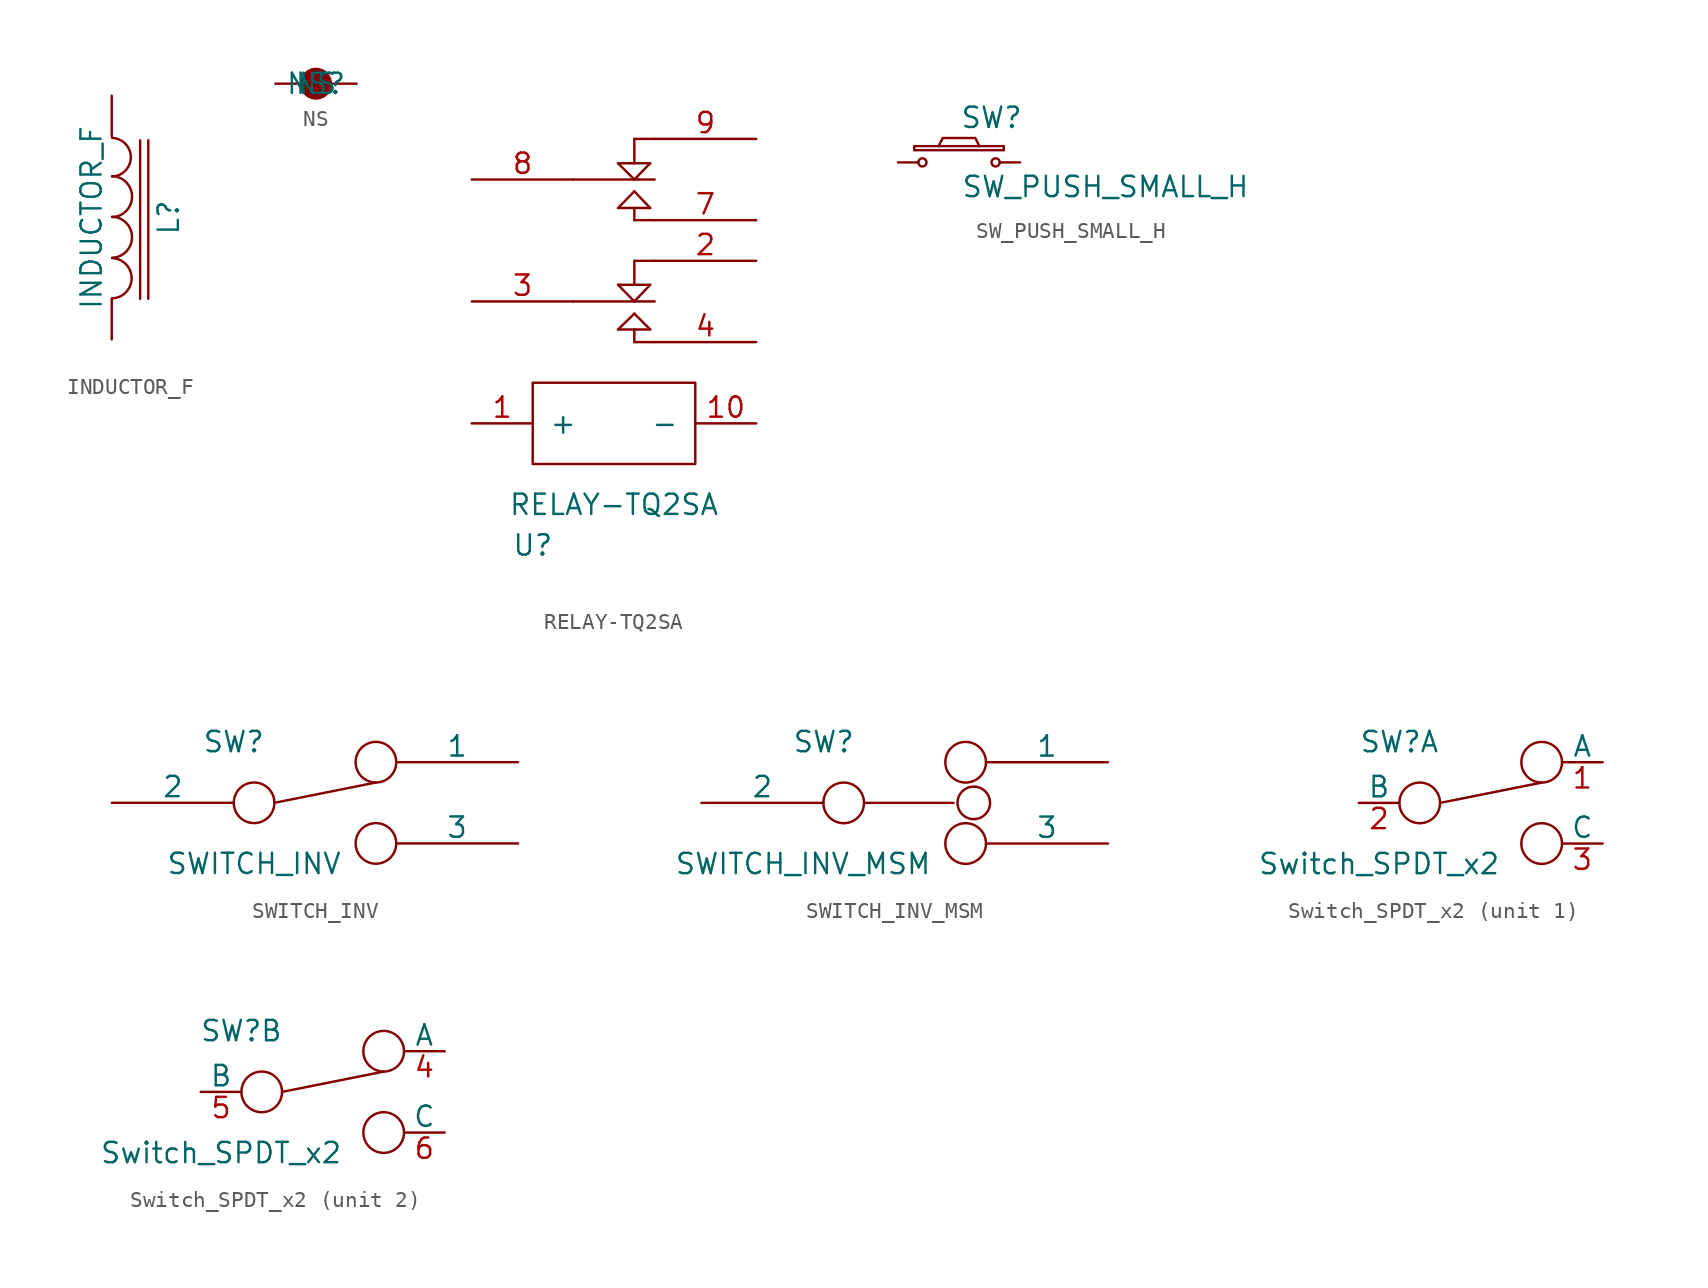
<source format=kicad_sym>
(kicad_symbol_lib
  (version 20211014)
  (generator kicad_symbol_editor)
  (symbol "INDUCTOR_F"
    (pin_numbers hide)
    (pin_names
      (offset 1.016) hide)
    (property "Reference" "L"
      (at 3.556 0 90)
      (effects (font (size 1.27 1.27))))
    (property "Value" "INDUCTOR_F"
      (at -1.27 0 90)
      (effects (font (size 1.27 1.27))))
    (property "Footprint" ""
      (at 0 0 0)
      (effects (font (size 1.27 1.27))))
    (property "Datasheet" ""
      (at 0 0 0)
      (effects (font (size 1.27 1.27))))
    (symbol "INDUCTOR_F_0_1"
      (polyline (pts (xy 1.778 4.826) (xy 1.778 -5.08)) (stroke (width 0) (type default) (color 0 0 0 0)) (fill (type none)))
      (polyline (pts (xy 2.286 -5.08) (xy 2.286 4.826)) (stroke (width 0) (type default) (color 0 0 0 0)) (fill (type none)))
      (arc (start 0.0254 -5.0546) (mid 1.2449 -3.8097) (end 0.0254 -2.54) (stroke (width 0) (type default) (color 0 0 0 0)) (fill (type none)))
      (arc (start 0.0254 -2.5146) (mid 1.2703 -1.2444) (end 0.0254 0.0508) (stroke (width 0) (type default) (color 0 0 0 0)) (fill (type none)))
      (arc (start 0.0254 0.0254) (mid 1.2703 1.2956) (end 0.0254 2.5908) (stroke (width 0) (type default) (color 0 0 0 0)) (fill (type none)))
      (arc (start 0.0254 2.5654) (mid 1.1941 3.7595) (end 0.0254 4.9784) (stroke (width 0) (type default) (color 0 0 0 0)) (fill (type none))))
    (symbol "INDUCTOR_F_1_1"
      (pin passive line (at 0 7.62 270) (length 2.54) (name "1" (effects (font (size 1.27 1.27)))) (number "1" (effects (font (size 1.27 1.27)))))
      (pin passive line (at 0 -7.62 90) (length 2.54) (name "2" (effects (font (size 1.27 1.27)))) (number "2" (effects (font (size 1.27 1.27)))))))
  (symbol "NS"
    (pin_numbers hide)
    (pin_names
      (offset 0) hide)
    (property "Reference" "NS"
      (at 0 0 0)
      (effects (font (size 1.27 1.27))))
    (property "Value" "NS"
      (at 0 0 0)
      (effects (font (size 1.27 1.27))))
    (symbol "NS_0_1"
      (circle (center 0 0) (radius 0.508) (stroke (width 0.991) (type default) (color 0 0 0 0)) (fill (type none))))
    (symbol "NS_1_1"
      (pin passive line (at -2.54 0 0) (length 2.54) (name "~" (effects (font (size 1.27 1.27)))) (number "1" (effects (font (size 1.27 1.27)))))
      (pin passive line (at 2.54 0 180) (length 2.54) (name "~" (effects (font (size 1.27 1.27)))) (number "2" (effects (font (size 1.27 1.27)))))))
  (symbol "RELAY-TQ2SA"
    (pin_names
      (offset 1.016))
    (property "Reference" "U"
      (at -5.08 -16.51 0)
      (effects (font (size 1.27 1.27))))
    (property "Value" "RELAY-TQ2SA"
      (at 0 -13.97 0)
      (effects (font (size 1.27 1.27))))
    (symbol "RELAY-TQ2SA_0_1"
      (rectangle (start -5.08 -6.35) (end 5.08 -11.43) (stroke (width 0) (type default) (color 0 0 0 0)) (fill (type none))))
    (symbol "RELAY-TQ2SA_1_1"
      (polyline (pts (xy -2.54 -1.27) (xy 1.27 -1.27)) (stroke (width 0) (type default) (color 0 0 0 0)) (fill (type none)))
      (polyline (pts (xy 0.254 -3.023) (xy 2.261 -3.023)) (stroke (width 0) (type default) (color 0 0 0 0)) (fill (type none)))
      (polyline (pts (xy 0.254 -0.229) (xy 2.261 -0.229)) (stroke (width 0) (type default) (color 0 0 0 0)) (fill (type none)))
      (polyline (pts (xy 0.254 4.572) (xy 1.27 5.613)) (stroke (width 0) (type default) (color 0 0 0 0)) (fill (type none)))
      (polyline (pts (xy 0.254 7.366) (xy 0.991 7.366)) (stroke (width 0) (type default) (color 0 0 0 0)) (fill (type none)))
      (polyline (pts (xy 0.991 6.629) (xy 0.254 7.366)) (stroke (width 0) (type default) (color 0 0 0 0)) (fill (type none)))
      (polyline (pts (xy 0.991 6.629) (xy 1.27 6.35)) (stroke (width 0) (type default) (color 0 0 0 0)) (fill (type none)))
      (polyline (pts (xy 0.991 7.366) (xy 2.261 7.366)) (stroke (width 0) (type default) (color 0 0 0 0)) (fill (type none)))
      (polyline (pts (xy 1.27 -3.81) (xy 1.27 -3.302)) (stroke (width 0) (type default) (color 0 0 0 0)) (fill (type none)))
      (polyline (pts (xy 1.27 -3.302) (xy 1.27 -3.023)) (stroke (width 0) (type default) (color 0 0 0 0)) (fill (type none)))
      (polyline (pts (xy 1.27 -2.032) (xy 0.254 -3.023)) (stroke (width 0) (type default) (color 0 0 0 0)) (fill (type none)))
      (polyline (pts (xy 1.27 -1.27) (xy 0.254 -0.229)) (stroke (width 0) (type default) (color 0 0 0 0)) (fill (type none)))
      (polyline (pts (xy 1.27 -1.27) (xy 2.54 -1.27)) (stroke (width 0) (type default) (color 0 0 0 0)) (fill (type none)))
      (polyline (pts (xy 1.27 1.27) (xy 1.27 -0.229)) (stroke (width 0) (type default) (color 0 0 0 0)) (fill (type none)))
      (polyline (pts (xy 1.27 1.27) (xy 2.54 1.27)) (stroke (width 0) (type default) (color 0 0 0 0)) (fill (type none)))
      (polyline (pts (xy 1.27 3.81) (xy 1.27 4.572)) (stroke (width 0) (type default) (color 0 0 0 0)) (fill (type none)))
      (polyline (pts (xy 1.27 3.81) (xy 2.54 3.81)) (stroke (width 0) (type default) (color 0 0 0 0)) (fill (type none)))
      (polyline (pts (xy 1.27 5.613) (xy 2.261 4.572)) (stroke (width 0) (type default) (color 0 0 0 0)) (fill (type none)))
      (polyline (pts (xy 1.27 6.35) (xy -2.54 6.35)) (stroke (width 0) (type default) (color 0 0 0 0)) (fill (type none)))
      (polyline (pts (xy 1.27 6.35) (xy 1.524 6.35)) (stroke (width 0) (type default) (color 0 0 0 0)) (fill (type none)))
      (polyline (pts (xy 1.27 8.89) (xy 1.27 7.366)) (stroke (width 0) (type default) (color 0 0 0 0)) (fill (type none)))
      (polyline (pts (xy 1.27 8.89) (xy 2.54 8.89)) (stroke (width 0) (type default) (color 0 0 0 0)) (fill (type none)))
      (polyline (pts (xy 1.524 6.35) (xy 2.54 6.35)) (stroke (width 0) (type default) (color 0 0 0 0)) (fill (type none)))
      (polyline (pts (xy 2.261 -3.023) (xy 1.27 -2.032)) (stroke (width 0) (type default) (color 0 0 0 0)) (fill (type none)))
      (polyline (pts (xy 2.261 -0.229) (xy 1.27 -1.27)) (stroke (width 0) (type default) (color 0 0 0 0)) (fill (type none)))
      (polyline (pts (xy 2.261 4.572) (xy 0.254 4.572)) (stroke (width 0) (type default) (color 0 0 0 0)) (fill (type none)))
      (polyline (pts (xy 2.261 7.366) (xy 1.27 6.35)) (stroke (width 0) (type default) (color 0 0 0 0)) (fill (type none)))
      (polyline (pts (xy 2.54 -3.81) (xy 1.27 -3.81)) (stroke (width 0) (type default) (color 0 0 0 0)) (fill (type none)))
      (pin input line (at -8.89 -8.89 0) (length 3.81) (name "+" (effects (font (size 1.27 1.27)))) (number "1" (effects (font (size 1.27 1.27)))))
      (pin input line (at 8.89 -8.89 180) (length 3.81) (name "-" (effects (font (size 1.27 1.27)))) (number "10" (effects (font (size 1.27 1.27)))))
      (pin passive line (at 8.89 1.27 180) (length 6.35) (name "~" (effects (font (size 1.27 1.27)))) (number "2" (effects (font (size 1.27 1.27)))))
      (pin passive line (at -8.89 -1.27 0) (length 6.35) (name "~" (effects (font (size 1.27 1.27)))) (number "3" (effects (font (size 1.27 1.27)))))
      (pin passive line (at 8.89 -3.81 180) (length 6.35) (name "~" (effects (font (size 1.27 1.27)))) (number "4" (effects (font (size 1.27 1.27)))))
      (pin passive line (at 8.89 3.81 180) (length 6.35) (name "~" (effects (font (size 1.27 1.27)))) (number "7" (effects (font (size 1.27 1.27)))))
      (pin passive line (at -8.89 6.35 0) (length 6.35) (name "~" (effects (font (size 1.27 1.27)))) (number "8" (effects (font (size 1.27 1.27)))))
      (pin passive line (at 8.89 8.89 180) (length 6.35) (name "~" (effects (font (size 1.27 1.27)))) (number "9" (effects (font (size 1.27 1.27)))))))
  (symbol "SW_PUSH_SMALL_H"
    (pin_numbers hide)
    (pin_names
      (offset 1.016) hide)
    (property "Reference" "SW"
      (at 2.032 2.794 0)
      (effects (font (size 1.27 1.27))))
    (property "Value" "SW_PUSH_SMALL_H"
      (at 9.144 -1.524 0)
      (effects (font (size 1.27 1.27))))
    (property "Footprint" ""
      (at 0 5.08 0)
      (effects (font (size 1.27 1.27))))
    (property "Datasheet" ""
      (at 0 5.08 0)
      (effects (font (size 1.27 1.27))))
    (symbol "SW_PUSH_SMALL_H_0_1"
      (circle (center -2.286 0) (radius 0.254) (stroke (width 0) (type default) (color 0 0 0 0)) (fill (type none)))
      (polyline (pts (xy -2.794 0.762) (xy 2.794 0.762)) (stroke (width 0) (type default) (color 0 0 0 0)) (fill (type none)))
      (polyline (pts (xy -2.794 0.762) (xy -2.794 1.016) (xy 2.794 1.016) (xy 2.794 0.762)) (stroke (width 0) (type default) (color 0 0 0 0)) (fill (type none)))
      (polyline (pts (xy -1.27 1.016) (xy -1.016 1.524) (xy 1.016 1.524) (xy 1.27 1.016)) (stroke (width 0) (type default) (color 0 0 0 0)) (fill (type none)))
      (circle (center 2.286 0) (radius 0.254) (stroke (width 0) (type default) (color 0 0 0 0)) (fill (type none)))
      (pin passive line (at -3.81 0 0) (length 1.27) (name "1" (effects (font (size 1.27 1.27)))) (number "1" (effects (font (size 1.27 1.27)))))
      (pin passive line (at 3.81 0 180) (length 1.27) (name "2" (effects (font (size 1.27 1.27)))) (number "2" (effects (font (size 1.27 1.27)))))))
  (symbol "SWITCH_INV"
    (pin_numbers hide)
    (pin_names
      (offset 0))
    (property "Reference" "SW"
      (at -5.08 3.81 0)
      (effects (font (size 1.27 1.27))))
    (property "Value" "SWITCH_INV"
      (at -3.81 -3.81 0)
      (effects (font (size 1.27 1.27))))
    (property "Footprint" ""
      (at 0 0 0)
      (effects (font (size 1.27 1.27))))
    (property "Datasheet" ""
      (at 0 0 0)
      (effects (font (size 1.27 1.27))))
    (symbol "SWITCH_INV_0_0"
      (circle (center -3.81 0) (radius 1.27) (stroke (width 0) (type default) (color 0 0 0 0)) (fill (type none)))
      (circle (center 3.81 -2.54) (radius 1.27) (stroke (width 0) (type default) (color 0 0 0 0)) (fill (type none))))
    (symbol "SWITCH_INV_0_1"
      (polyline (pts (xy -2.54 0) (xy 3.81 1.27)) (stroke (width 0) (type default) (color 0 0 0 0)) (fill (type none)))
      (circle (center 3.81 2.54) (radius 1.27) (stroke (width 0) (type default) (color 0 0 0 0)) (fill (type none))))
    (symbol "SWITCH_INV_1_1"
      (pin passive line (at 12.7 2.54 180) (length 7.62) (name "1" (effects (font (size 1.27 1.27)))) (number "1" (effects (font (size 1.27 1.27)))))
      (pin passive line (at -12.7 0 0) (length 7.62) (name "2" (effects (font (size 1.27 1.27)))) (number "2" (effects (font (size 1.27 1.27)))))
      (pin passive line (at 12.7 -2.54 180) (length 7.62) (name "3" (effects (font (size 1.27 1.27)))) (number "3" (effects (font (size 1.27 1.27)))))))
  (symbol "SWITCH_INV_MSM"
    (pin_numbers hide)
    (pin_names
      (offset 0))
    (property "Reference" "SW"
      (at -5.055 3.81 0)
      (effects (font (size 1.27 1.27))))
    (property "Value" "SWITCH_INV_MSM"
      (at -6.35 -3.81 0)
      (effects (font (size 1.27 1.27))))
    (property "Footprint" ""
      (at 0 0 0)
      (effects (font (size 1.27 1.27))))
    (property "Datasheet" ""
      (at 0 0 0)
      (effects (font (size 1.27 1.27))))
    (symbol "SWITCH_INV_MSM_0_0"
      (circle (center -3.81 0) (radius 1.27) (stroke (width 0) (type default) (color 0 0 0 0)) (fill (type none)))
      (circle (center 3.81 -2.54) (radius 1.27) (stroke (width 0) (type default) (color 0 0 0 0)) (fill (type none))))
    (symbol "SWITCH_INV_MSM_0_1"
      (polyline (pts (xy -2.54 0) (xy 3.048 0) (xy 3.048 0) (xy 3.048 0) (xy 3.048 0)) (stroke (width 0) (type default) (color 0 0 0 0)) (fill (type none)))
      (circle (center 3.81 2.54) (radius 1.27) (stroke (width 0) (type default) (color 0 0 0 0)) (fill (type none)))
      (circle (center 4.318 0) (radius 1.016) (stroke (width 0) (type default) (color 0 0 0 0)) (fill (type none))))
    (symbol "SWITCH_INV_MSM_1_1"
      (pin passive line (at 12.7 2.54 180) (length 7.62) (name "1" (effects (font (size 1.27 1.27)))) (number "1" (effects (font (size 1.27 1.27)))))
      (pin passive line (at -12.7 0 0) (length 7.62) (name "2" (effects (font (size 1.27 1.27)))) (number "2" (effects (font (size 1.27 1.27)))))
      (pin passive line (at 12.7 -2.54 180) (length 7.62) (name "3" (effects (font (size 1.27 1.27)))) (number "3" (effects (font (size 1.27 1.27)))))))
  (symbol "Switch_SPDT_x2"
    (pin_names
      (offset 0))
    (property "Reference" "SW"
      (at -5.08 3.81 0)
      (effects (font (size 1.27 1.27))))
    (property "Value" "Switch_SPDT_x2"
      (at -6.35 -3.81 0)
      (effects (font (size 1.27 1.27))))
    (property "Footprint" ""
      (at 0 0 0)
      (effects (font (size 1.27 1.27))))
    (property "Datasheet" ""
      (at 0 0 0)
      (effects (font (size 1.27 1.27))))
    (symbol "Switch_SPDT_x2_0_0"
      (circle (center -3.81 0) (radius 1.27) (stroke (width 0) (type default) (color 0 0 0 0)) (fill (type none)))
      (circle (center 3.81 -2.54) (radius 1.27) (stroke (width 0) (type default) (color 0 0 0 0)) (fill (type none))))
    (symbol "Switch_SPDT_x2_0_1"
      (polyline (pts (xy -2.54 0) (xy 3.81 1.27)) (stroke (width 0) (type default) (color 0 0 0 0)) (fill (type none)))
      (circle (center 3.81 2.54) (radius 1.27) (stroke (width 0) (type default) (color 0 0 0 0)) (fill (type none))))
    (symbol "Switch_SPDT_x2_1_1"
      (pin passive line (at 7.62 2.54 180) (length 2.54) (name "A" (effects (font (size 1.27 1.27)))) (number "1" (effects (font (size 1.27 1.27)))))
      (pin passive line (at -7.62 0 0) (length 2.54) (name "B" (effects (font (size 1.27 1.27)))) (number "2" (effects (font (size 1.27 1.27)))))
      (pin passive line (at 7.62 -2.54 180) (length 2.54) (name "C" (effects (font (size 1.27 1.27)))) (number "3" (effects (font (size 1.27 1.27))))))
    (symbol "Switch_SPDT_x2_2_1"
      (pin passive line (at 7.62 2.54 180) (length 2.54) (name "A" (effects (font (size 1.27 1.27)))) (number "4" (effects (font (size 1.27 1.27)))))
      (pin passive line (at -7.62 0 0) (length 2.54) (name "B" (effects (font (size 1.27 1.27)))) (number "5" (effects (font (size 1.27 1.27)))))
      (pin passive line (at 7.62 -2.54 180) (length 2.54) (name "C" (effects (font (size 1.27 1.27)))) (number "6" (effects (font (size 1.27 1.27))))))))
</source>
